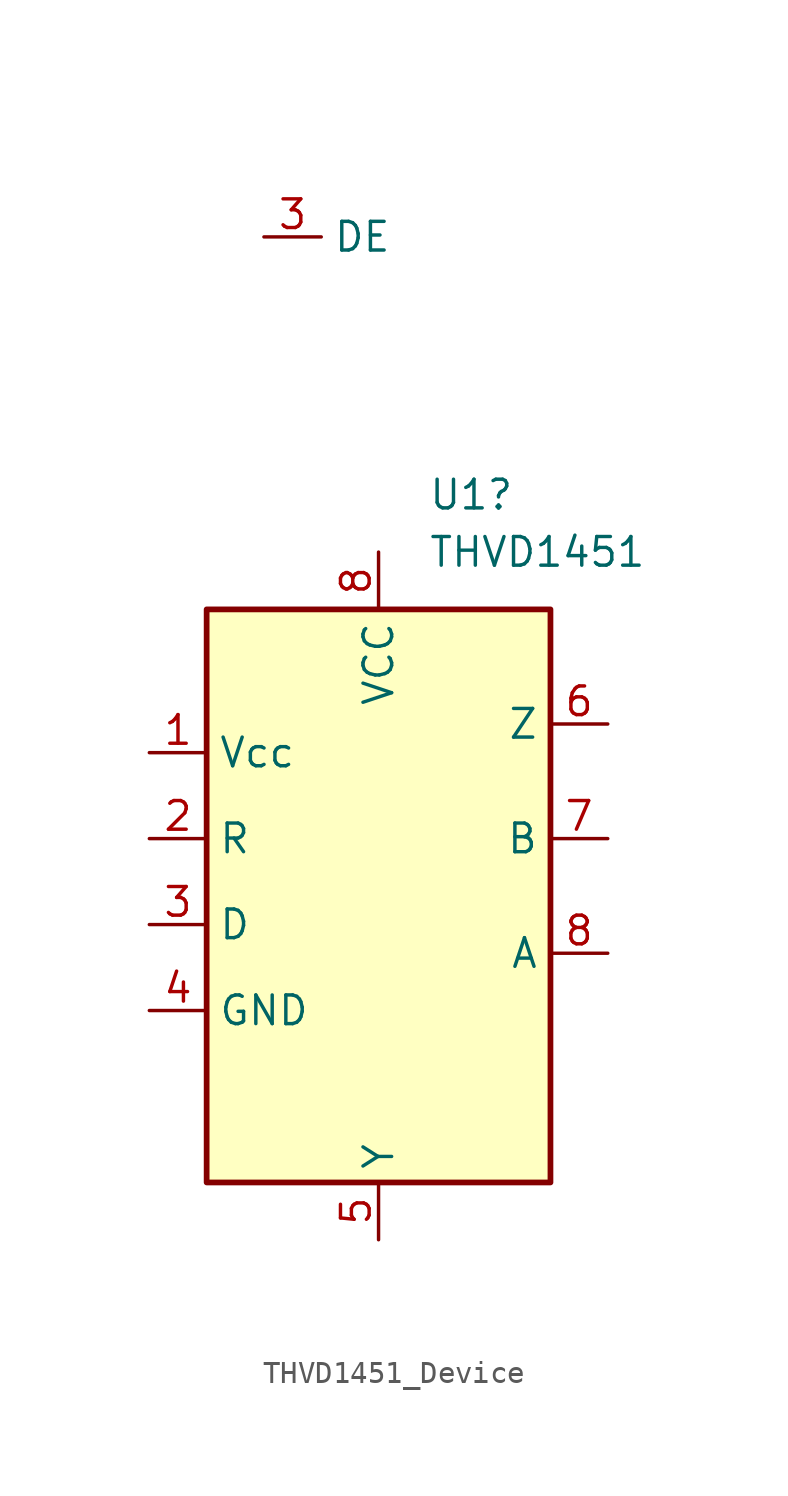
<source format=kicad_sym>
(kicad_symbol_lib
  (version 20231120)
  (generator "kicad_symbol_editor")
  (generator_version "8.0")
  (symbol "THVD1451_Device"
    (property "Reference" "U1"
      (at 2.194 17.78 0)
      (effects (font (size 1.27 1.27)) (justify left)))
    (property "Value" "THVD1451"
      (at 2.194 15.24 0)
      (effects (font (size 1.27 1.27)) (justify left)))
    (symbol "THVD1451_Device_0_1"
      (rectangle (start -7.62 12.7) (end 7.62 -12.7) (stroke (width 0.254) (type default)) (fill (type background))))
    (symbol "THVD1451_Device_1_1"
      (pin power_in line (at -10.16 6.35 0) (length 2.54) (name "Vcc" (effects (font (size 1.27 1.27)))) (number "1" (effects (font (size 1.27 1.27)))))
      (pin output line (at -10.16 2.54 0) (length 2.54) (name "R" (effects (font (size 1.27 1.27)))) (number "2" (effects (font (size 1.27 1.27)))))
      (pin input line (at -10.16 -1.27 0) (length 2.54) (name "D" (effects (font (size 1.27 1.27)))) (number "3" (effects (font (size 1.27 1.27)))))
      (pin input line (at -5.08 29.21 0) (length 2.54) (name "DE" (effects (font (size 1.27 1.27)))) (number "3" (effects (font (size 1.27 1.27)))))
      (pin power_in line (at -10.16 -5.08 0) (length 2.54) (name "GND" (effects (font (size 1.27 1.27)))) (number "4" (effects (font (size 1.27 1.27)))))
      (pin output line (at 0 -15.24 90) (length 2.54) (name "Y" (effects (font (size 1.27 1.27)))) (number "5" (effects (font (size 1.27 1.27)))))
      (pin output line (at 10.16 7.62 180) (length 2.54) (name "Z" (effects (font (size 1.27 1.27)))) (number "6" (effects (font (size 1.27 1.27)))))
      (pin bidirectional line (at 10.16 2.54 180) (length 2.54) (name "B" (effects (font (size 1.27 1.27)))) (number "7" (effects (font (size 1.27 1.27)))))
      (pin bidirectional line (at 10.16 -2.54 180) (length 2.54) (name "A" (effects (font (size 1.27 1.27)))) (number "8" (effects (font (size 1.27 1.27)))))
      (pin power_in line (at 0 15.24 270) (length 2.54) (name "VCC" (effects (font (size 1.27 1.27)))) (number "8" (effects (font (size 1.27 1.27))))))))
</source>
